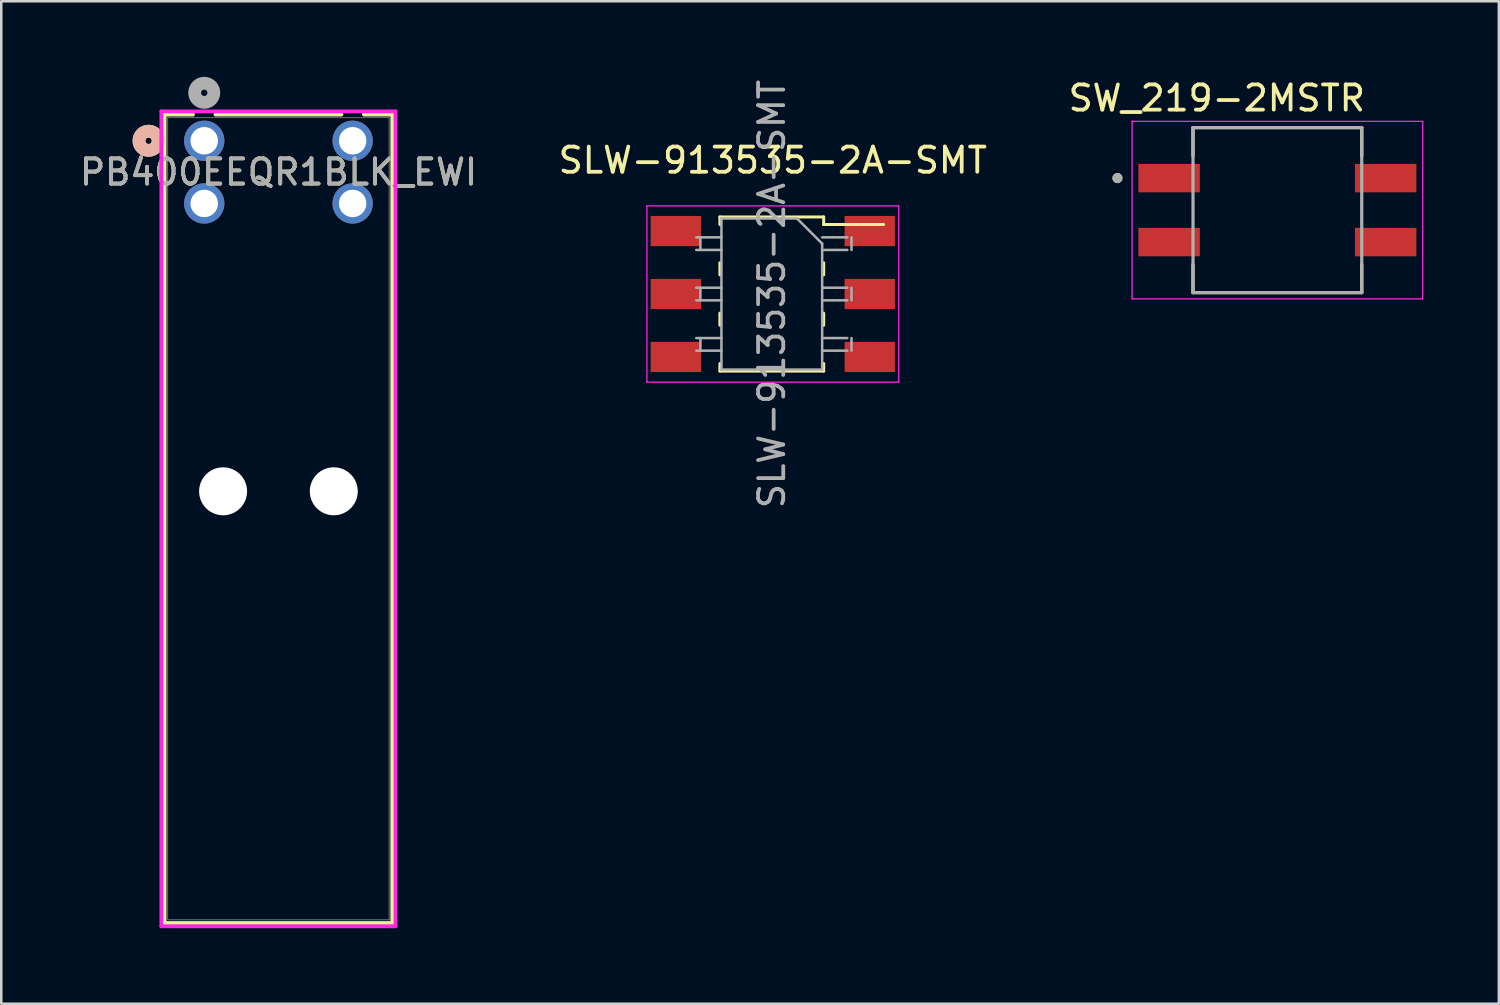
<source format=kicad_pcb>
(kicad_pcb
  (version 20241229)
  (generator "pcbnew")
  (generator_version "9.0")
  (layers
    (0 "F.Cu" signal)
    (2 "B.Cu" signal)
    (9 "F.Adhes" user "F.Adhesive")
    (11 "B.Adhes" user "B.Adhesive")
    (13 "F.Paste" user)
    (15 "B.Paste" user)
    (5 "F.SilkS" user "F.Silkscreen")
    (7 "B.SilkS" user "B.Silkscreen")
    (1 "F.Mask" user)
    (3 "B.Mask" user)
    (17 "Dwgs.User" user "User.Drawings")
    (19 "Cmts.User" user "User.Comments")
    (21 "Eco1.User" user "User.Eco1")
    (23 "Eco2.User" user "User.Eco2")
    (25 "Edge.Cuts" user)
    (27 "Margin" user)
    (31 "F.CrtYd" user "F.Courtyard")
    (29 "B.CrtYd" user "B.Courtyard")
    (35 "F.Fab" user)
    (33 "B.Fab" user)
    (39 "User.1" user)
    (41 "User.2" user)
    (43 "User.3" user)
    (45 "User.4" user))
  (footprint "SLW-913535-2A-SMT"
    (layer "F.Cu")
    (at 27.637 8.625)
    (property "Reference" "SLW-913535-2A-SMT" (at 0 -5.31 0) (layer "F.SilkS") (effects (font (size 1 1) (thickness 0.15))))
    (attr smd)
    (fp_line (start -2.1 -3.06) (end -2.1 -2.76) (stroke (width 0.12) (type solid)) (layer "F.SilkS"))
    (fp_line (start -2.1 -3.06) (end 2.02 -3.06) (stroke (width 0.12) (type solid)) (layer "F.SilkS"))
    (fp_line (start -2.1 -1.24) (end -2.1 -0.76) (stroke (width 0.12) (type solid)) (layer "F.SilkS"))
    (fp_line (start -2.1 0.76) (end -2.1 1.24) (stroke (width 0.12) (type solid)) (layer "F.SilkS"))
    (fp_line (start -2.1 2.76) (end -2.1 3.06) (stroke (width 0.12) (type solid)) (layer "F.SilkS"))
    (fp_line (start -2.1 3.06) (end 2.02 3.06) (stroke (width 0.12) (type solid)) (layer "F.SilkS"))
    (fp_line (start 2.02 -3.06) (end 2.02 -2.76) (stroke (width 0.12) (type solid)) (layer "F.SilkS"))
    (fp_line (start 2.02 -2.76) (end 4.4 -2.76) (stroke (width 0.12) (type solid)) (layer "F.SilkS"))
    (fp_line (start 2.02 -1.24) (end 2.02 -0.76) (stroke (width 0.12) (type solid)) (layer "F.SilkS"))
    (fp_line (start 2.02 0.76) (end 2.02 1.24) (stroke (width 0.12) (type solid)) (layer "F.SilkS"))
    (fp_line (start 2.02 2.76) (end 2.02 3.06) (stroke (width 0.12) (type solid)) (layer "F.SilkS"))
    (fp_line (start -5 -3.5) (end 5 -3.5) (stroke (width 0.05) (type solid)) (layer "F.CrtYd"))
    (fp_line (start -5 3.5) (end -5 -3.5) (stroke (width 0.05) (type solid)) (layer "F.CrtYd"))
    (fp_line (start 5 -3.5) (end 5 3.5) (stroke (width 0.05) (type solid)) (layer "F.CrtYd"))
    (fp_line (start 5 3.5) (end -5 3.5) (stroke (width 0.05) (type solid)) (layer "F.CrtYd"))
    (fp_line (start -3.04 -2.25) (end -2.04 -2.25) (stroke (width 0.1) (type solid)) (layer "F.Fab"))
    (fp_line (start -3.04 -0.25) (end -2.04 -0.25) (stroke (width 0.1) (type solid)) (layer "F.Fab"))
    (fp_line (start -3.04 1.75) (end -2.04 1.75) (stroke (width 0.1) (type solid)) (layer "F.Fab"))
    (fp_line (start -2.875 -1.75) (end -2.875 -2.25) (stroke (width 0.1) (type solid)) (layer "F.Fab"))
    (fp_line (start -2.875 0.25) (end -2.875 -0.25) (stroke (width 0.1) (type solid)) (layer "F.Fab"))
    (fp_line (start -2.875 2.25) (end -2.875 1.75) (stroke (width 0.1) (type solid)) (layer "F.Fab"))
    (fp_line (start -2.04 -3) (end 0.96 -3) (stroke (width 0.1) (type solid)) (layer "F.Fab"))
    (fp_line (start -2.04 -1.75) (end -3.04 -1.75) (stroke (width 0.1) (type solid)) (layer "F.Fab"))
    (fp_line (start -2.04 0.25) (end -3.04 0.25) (stroke (width 0.1) (type solid)) (layer "F.Fab"))
    (fp_line (start -2.04 2.25) (end -3.04 2.25) (stroke (width 0.1) (type solid)) (layer "F.Fab"))
    (fp_line (start -2.04 3) (end -2.04 -3) (stroke (width 0.1) (type solid)) (layer "F.Fab"))
    (fp_line (start 0.96 -3) (end 1.96 -2) (stroke (width 0.1) (type solid)) (layer "F.Fab"))
    (fp_line (start 1.96 -2.25) (end 2.96 -2.25) (stroke (width 0.1) (type solid)) (layer "F.Fab"))
    (fp_line (start 1.96 -2) (end 1.96 3) (stroke (width 0.1) (type solid)) (layer "F.Fab"))
    (fp_line (start 1.96 -0.25) (end 2.96 -0.25) (stroke (width 0.1) (type solid)) (layer "F.Fab"))
    (fp_line (start 1.96 1.75) (end 2.96 1.75) (stroke (width 0.1) (type solid)) (layer "F.Fab"))
    (fp_line (start 1.96 3) (end -2.04 3) (stroke (width 0.1) (type solid)) (layer "F.Fab"))
    (fp_line (start 2.96 -1.75) (end 1.96 -1.75) (stroke (width 0.1) (type solid)) (layer "F.Fab"))
    (fp_line (start 2.96 0.25) (end 1.96 0.25) (stroke (width 0.1) (type solid)) (layer "F.Fab"))
    (fp_line (start 2.96 2.25) (end 1.96 2.25) (stroke (width 0.1) (type solid)) (layer "F.Fab"))
    (fp_line (start 3.125 -2.25) (end 3.125 -1.75) (stroke (width 0.1) (type solid)) (layer "F.Fab"))
    (fp_line (start 3.125 -0.25) (end 3.125 0.25) (stroke (width 0.1) (type solid)) (layer "F.Fab"))
    (fp_line (start 3.125 1.75) (end 3.125 2.25) (stroke (width 0.1) (type solid)) (layer "F.Fab"))
    (fp_text user "${REFERENCE}" (at -0.04 0 90) (layer "F.Fab") (effects (font (size 1 1) (thickness 0.15))))
    (pad "1" smd rect (at 3.85 -2.5) (size 2 1.2) (layers "F.Cu" "F.Mask" "F.Paste"))
    (pad "2" smd rect (at 3.85 0) (size 2 1.2) (layers "F.Cu" "F.Mask" "F.Paste"))
    (pad "3" smd rect (at 3.85 2.5) (size 2 1.2) (layers "F.Cu" "F.Mask" "F.Paste"))
    (pad "4" smd rect (at -3.85 -2.5) (size 2 1.2) (layers "F.Cu" "F.Mask" "F.Paste"))
    (pad "5" smd rect (at -3.85 0) (size 2 1.2) (layers "F.Cu" "F.Mask" "F.Paste"))
    (pad "6" smd rect (at -3.85 2.5) (size 2 1.2) (layers "F.Cu" "F.Mask" "F.Paste")))
  (footprint "SW_219-2MSTR"
    (layer "F.Cu")
    (at 47.673 5.293)
    (property "Reference" "SW_219-2MSTR" (at -2.405 -4.445 0) (layer "F.SilkS") (effects (font (size 1 1) (thickness 0.15))))
    (attr smd)
    (fp_line (start -3.35 -3.275) (end -3.35 -2.155) (stroke (width 0.127) (type solid)) (layer "F.SilkS"))
    (fp_line (start -3.35 2.155) (end -3.35 3.275) (stroke (width 0.127) (type solid)) (layer "F.SilkS"))
    (fp_line (start -3.35 3.275) (end 3.35 3.275) (stroke (width 0.127) (type solid)) (layer "F.SilkS"))
    (fp_line (start 3.35 -3.275) (end -3.35 -3.275) (stroke (width 0.127) (type solid)) (layer "F.SilkS"))
    (fp_line (start 3.35 -3.275) (end 3.35 -2.155) (stroke (width 0.127) (type solid)) (layer "F.SilkS"))
    (fp_line (start 3.35 2.155) (end 3.35 3.275) (stroke (width 0.127) (type solid)) (layer "F.SilkS"))
    (fp_circle (center -6.35 -1.27) (end -6.25 -1.27) (stroke (width 0.2) (type solid)) (fill no) (layer "F.SilkS"))
    (fp_line (start -5.77 -3.525) (end 5.77 -3.525) (stroke (width 0.05) (type solid)) (layer "F.CrtYd"))
    (fp_line (start -5.77 3.525) (end -5.77 -3.525) (stroke (width 0.05) (type solid)) (layer "F.CrtYd"))
    (fp_line (start 5.77 -3.525) (end 5.77 3.525) (stroke (width 0.05) (type solid)) (layer "F.CrtYd"))
    (fp_line (start 5.77 3.525) (end -5.77 3.525) (stroke (width 0.05) (type solid)) (layer "F.CrtYd"))
    (fp_line (start -3.35 -3.275) (end -3.35 3.275) (stroke (width 0.127) (type solid)) (layer "F.Fab"))
    (fp_line (start -3.35 3.275) (end 3.35 3.275) (stroke (width 0.127) (type solid)) (layer "F.Fab"))
    (fp_line (start 3.35 -3.275) (end -3.35 -3.275) (stroke (width 0.127) (type solid)) (layer "F.Fab"))
    (fp_line (start 3.35 3.275) (end 3.35 -3.275) (stroke (width 0.127) (type solid)) (layer "F.Fab"))
    (fp_circle (center -6.35 -1.27) (end -6.25 -1.27) (stroke (width 0.2) (type solid)) (fill no) (layer "F.Fab"))
    (pad "1A" smd rect (at -4.3 -1.27) (size 2.44 1.13) (layers "F.Cu" "F.Mask" "F.Paste"))
    (pad "1B" smd rect (at 4.3 -1.27) (size 2.44 1.13) (layers "F.Cu" "F.Mask" "F.Paste"))
    (pad "2A" smd rect (at -4.3 1.27) (size 2.44 1.13) (layers "F.Cu" "F.Mask" "F.Paste"))
    (pad "2B" smd rect (at 4.3 1.27) (size 2.44 1.13) (layers "F.Cu" "F.Mask" "F.Paste")))
  (footprint "PB400EEQR1BLK_EWI"
    (layer "F.Cu")
    (at 5.06 2.54)
    (property "Reference" "PB400EEQR1BLK_EWI" (at 2.946 1.245 0) (unlocked yes) (layer "F.SilkS") (effects (font (size 1 1) (thickness 0.15))))
    (attr through_hole)
    (fp_line (start -1.575 -1.041) (end -1.575 31.064) (stroke (width 0.152) (type solid)) (layer "F.SilkS"))
    (fp_line (start -1.575 31.064) (end 7.468 31.064) (stroke (width 0.152) (type solid)) (layer "F.SilkS"))
    (fp_line (start -0.446 -1.041) (end -1.575 -1.041) (stroke (width 0.152) (type solid)) (layer "F.SilkS"))
    (fp_line (start 5.447 -1.041) (end 0.446 -1.041) (stroke (width 0.152) (type solid)) (layer "F.SilkS"))
    (fp_line (start 7.468 -1.041) (end 6.339 -1.041) (stroke (width 0.152) (type solid)) (layer "F.SilkS"))
    (fp_line (start 7.468 31.064) (end 7.468 -1.041) (stroke (width 0.152) (type solid)) (layer "F.SilkS"))
    (fp_circle (center -2.21 0) (end -1.829 0) (stroke (width 0.508) (type solid)) (fill no) (layer "F.SilkS"))
    (fp_circle (center -2.21 0) (end -1.829 0) (stroke (width 0.508) (type solid)) (fill no) (layer "B.SilkS"))
    (fp_line (start -1.702 -1.168) (end -1.702 31.191) (stroke (width 0.152) (type solid)) (layer "F.CrtYd"))
    (fp_line (start -1.702 31.191) (end 7.595 31.191) (stroke (width 0.152) (type solid)) (layer "F.CrtYd"))
    (fp_line (start 7.595 -1.168) (end -1.702 -1.168) (stroke (width 0.152) (type solid)) (layer "F.CrtYd"))
    (fp_line (start 7.595 31.191) (end 7.595 -1.168) (stroke (width 0.152) (type solid)) (layer "F.CrtYd"))
    (fp_line (start -1.448 -0.914) (end -1.448 30.937) (stroke (width 0.025) (type solid)) (layer "F.Fab"))
    (fp_line (start -1.448 30.937) (end 7.341 30.937) (stroke (width 0.025) (type solid)) (layer "F.Fab"))
    (fp_line (start 7.341 -0.914) (end -1.448 -0.914) (stroke (width 0.025) (type solid)) (layer "F.Fab"))
    (fp_line (start 7.341 30.937) (end 7.341 -0.914) (stroke (width 0.025) (type solid)) (layer "F.Fab"))
    (fp_circle (center 0 -1.905) (end 0.381 -1.905) (stroke (width 0.508) (type solid)) (fill no) (layer "F.Fab"))
    (fp_text user "${REFERENCE}" (at 2.946 1.245 0) (unlocked yes) (layer "F.Fab") (effects (font (size 1 1) (thickness 0.15))))
    (pad "" np_thru_hole circle (at 0.749 13.919) (size 1.905 1.905) (drill 1.905) (layers "*.Cu" "*.Mask"))
    (pad "" np_thru_hole circle (at 5.144 13.919) (size 1.905 1.905) (drill 1.905) (layers "*.Cu" "*.Mask"))
    (pad "1" thru_hole circle (at 0 0) (size 1.6 1.6) (drill 1.092) (layers "*.Cu" "*.Mask"))
    (pad "2" thru_hole circle (at 0 2.489) (size 1.6 1.6) (drill 1.092) (layers "*.Cu" "*.Mask"))
    (pad "3" thru_hole circle (at 5.893 0) (size 1.6 1.6) (drill 1.092) (layers "*.Cu" "*.Mask"))
    (pad "4" thru_hole circle (at 5.893 2.489) (size 1.6 1.6) (drill 1.092) (layers "*.Cu" "*.Mask")))
  (gr_rect
    (start -3 -3)
    (end 56.468 36.807)
    (stroke (width 0.1) (type default))
    (fill no)
    (layer "Edge.Cuts")))
</source>
